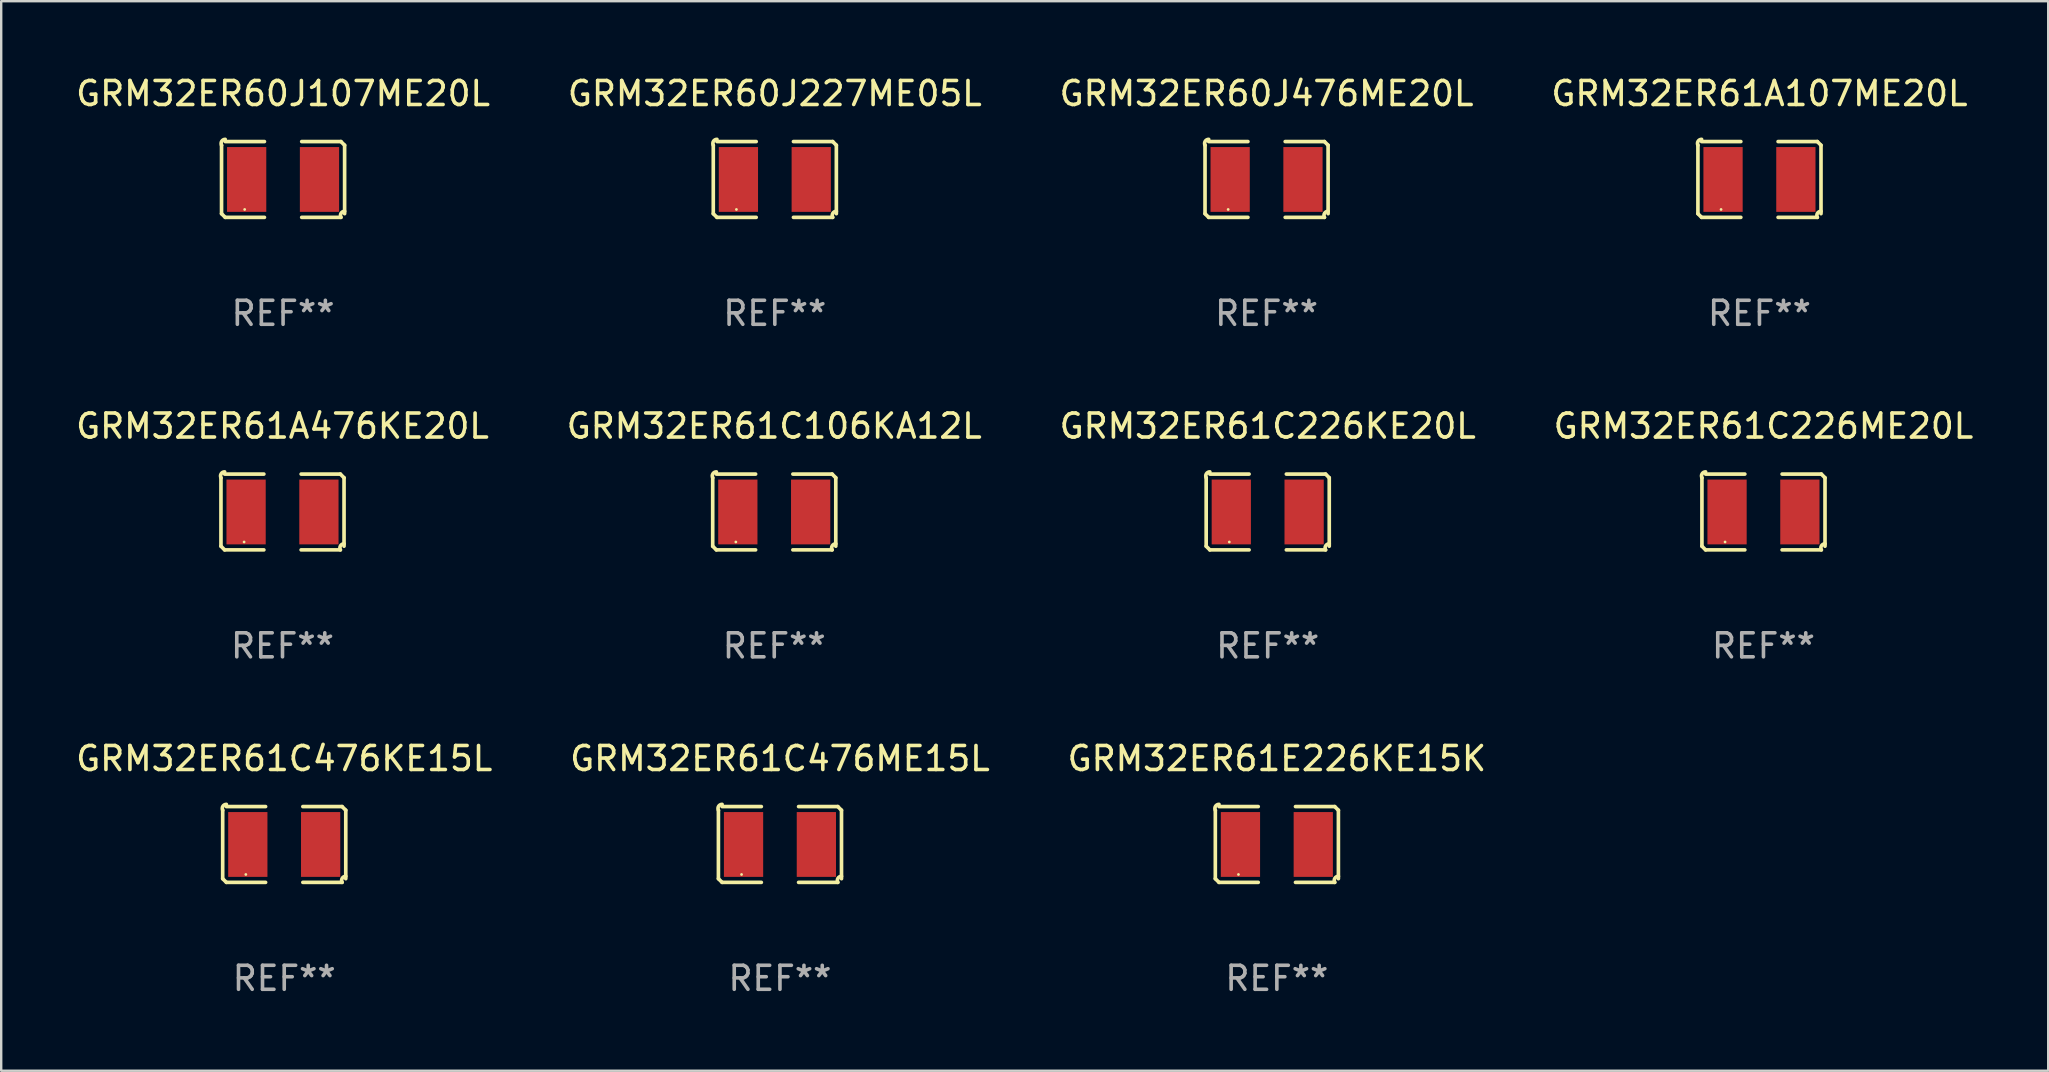
<source format=kicad_pcb>
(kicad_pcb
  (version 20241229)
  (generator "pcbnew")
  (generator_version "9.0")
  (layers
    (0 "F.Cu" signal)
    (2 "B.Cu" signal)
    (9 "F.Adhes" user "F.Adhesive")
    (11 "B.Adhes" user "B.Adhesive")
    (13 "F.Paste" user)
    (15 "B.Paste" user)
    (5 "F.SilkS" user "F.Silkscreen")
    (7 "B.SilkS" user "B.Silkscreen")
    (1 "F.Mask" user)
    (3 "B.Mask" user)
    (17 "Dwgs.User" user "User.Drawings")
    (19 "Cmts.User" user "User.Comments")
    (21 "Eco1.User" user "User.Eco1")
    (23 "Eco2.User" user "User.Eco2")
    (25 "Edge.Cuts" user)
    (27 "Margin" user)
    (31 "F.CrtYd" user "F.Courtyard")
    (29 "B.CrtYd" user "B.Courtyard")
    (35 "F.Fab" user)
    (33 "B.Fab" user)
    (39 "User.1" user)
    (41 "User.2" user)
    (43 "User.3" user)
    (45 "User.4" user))
  (footprint "GRM32ER60J107ME20L"
    (layer "F.Cu")
    (at 8.744 4.427)
    (property "Reference" "GRM32ER60J107ME20L" (at 0 -3.579 0) (layer "F.SilkS") (effects (font (size 1 1) (thickness 0.15))))
    (attr through_hole)
    (fp_line (start -2.564 1.426) (end -2.564 -1.426) (stroke (width 0.152) (type solid)) (layer "F.SilkS"))
    (fp_line (start -2.411 -1.579) (end -0.776 -1.579) (stroke (width 0.152) (type solid)) (layer "F.SilkS"))
    (fp_line (start -0.776 1.579) (end -2.411 1.579) (stroke (width 0.152) (type solid)) (layer "F.SilkS"))
    (fp_line (start 0.776 1.579) (end 2.411 1.579) (stroke (width 0.152) (type solid)) (layer "F.SilkS"))
    (fp_line (start 2.411 -1.579) (end 0.776 -1.579) (stroke (width 0.152) (type solid)) (layer "F.SilkS"))
    (fp_line (start 2.564 1.426) (end 2.564 -1.426) (stroke (width 0.152) (type solid)) (layer "F.SilkS"))
    (fp_arc (start -2.563602 -1.426213) (mid -2.555597 -1.591233) (end -2.411201 -1.671518) (stroke (width 0.1524) (type solid)) (layer "F.SilkS"))
    (fp_arc (start -2.5636 1.426214) (mid -2.487389 1.502402) (end -2.411201 1.578613) (stroke (width 0.1524) (type solid)) (layer "F.SilkS"))
    (fp_arc (start 2.411197 -1.578618) (mid 2.487403 -1.502419) (end 2.563602 -1.426213) (stroke (width 0.1524) (type solid)) (layer "F.SilkS"))
    (fp_arc (start 2.411201 1.578613) (mid 2.416214 1.409455) (end 2.563602 1.32629) (stroke (width 0.1524) (type solid)) (layer "F.SilkS"))
    (fp_circle (center -1.6 1.25) (end -1.57 1.25) (stroke (width 0.06) (type solid)) (fill no) (layer "F.SilkS"))
    (fp_text user "REF**" (at 0 5.579 0) (layer "F.Fab") (effects (font (size 1 1) (thickness 0.15))))
    (pad "1" smd rect (at -1.517 0) (size 1.635 2.7) (layers "F.Cu" "F.Mask" "F.Paste"))
    (pad "2" smd rect (at 1.517 0) (size 1.635 2.7) (layers "F.Cu" "F.Mask" "F.Paste")))
  (footprint "GRM32ER61C476ME15L"
    (layer "F.Cu")
    (at 29.446 32.134)
    (property "Reference" "GRM32ER61C476ME15L" (at 0 -3.579 0) (layer "F.SilkS") (effects (font (size 1 1) (thickness 0.15))))
    (attr through_hole)
    (fp_line (start -2.564 1.426) (end -2.564 -1.426) (stroke (width 0.152) (type solid)) (layer "F.SilkS"))
    (fp_line (start -2.411 -1.579) (end -0.776 -1.579) (stroke (width 0.152) (type solid)) (layer "F.SilkS"))
    (fp_line (start -0.776 1.579) (end -2.411 1.579) (stroke (width 0.152) (type solid)) (layer "F.SilkS"))
    (fp_line (start 0.776 1.579) (end 2.411 1.579) (stroke (width 0.152) (type solid)) (layer "F.SilkS"))
    (fp_line (start 2.411 -1.579) (end 0.776 -1.579) (stroke (width 0.152) (type solid)) (layer "F.SilkS"))
    (fp_line (start 2.564 1.426) (end 2.564 -1.426) (stroke (width 0.152) (type solid)) (layer "F.SilkS"))
    (fp_arc (start -2.563602 -1.426213) (mid -2.555597 -1.591233) (end -2.411201 -1.671518) (stroke (width 0.1524) (type solid)) (layer "F.SilkS"))
    (fp_arc (start -2.5636 1.426214) (mid -2.487389 1.502402) (end -2.411201 1.578613) (stroke (width 0.1524) (type solid)) (layer "F.SilkS"))
    (fp_arc (start 2.411197 -1.578618) (mid 2.487403 -1.502419) (end 2.563602 -1.426213) (stroke (width 0.1524) (type solid)) (layer "F.SilkS"))
    (fp_arc (start 2.411201 1.578613) (mid 2.416214 1.409455) (end 2.563602 1.32629) (stroke (width 0.1524) (type solid)) (layer "F.SilkS"))
    (fp_circle (center -1.6 1.25) (end -1.57 1.25) (stroke (width 0.06) (type solid)) (fill no) (layer "F.SilkS"))
    (fp_text user "REF**" (at 0 5.579 0) (layer "F.Fab") (effects (font (size 1 1) (thickness 0.15))))
    (pad "1" smd rect (at -1.517 0) (size 1.635 2.7) (layers "F.Cu" "F.Mask" "F.Paste"))
    (pad "2" smd rect (at 1.517 0) (size 1.635 2.7) (layers "F.Cu" "F.Mask" "F.Paste")))
  (footprint "GRM32ER61A107ME20L"
    (layer "F.Cu")
    (at 70.256 4.427)
    (property "Reference" "GRM32ER61A107ME20L" (at 0 -3.579 0) (layer "F.SilkS") (effects (font (size 1 1) (thickness 0.15))))
    (attr through_hole)
    (fp_line (start -2.564 1.426) (end -2.564 -1.426) (stroke (width 0.152) (type solid)) (layer "F.SilkS"))
    (fp_line (start -2.411 -1.579) (end -0.776 -1.579) (stroke (width 0.152) (type solid)) (layer "F.SilkS"))
    (fp_line (start -0.776 1.579) (end -2.411 1.579) (stroke (width 0.152) (type solid)) (layer "F.SilkS"))
    (fp_line (start 0.776 1.579) (end 2.411 1.579) (stroke (width 0.152) (type solid)) (layer "F.SilkS"))
    (fp_line (start 2.411 -1.579) (end 0.776 -1.579) (stroke (width 0.152) (type solid)) (layer "F.SilkS"))
    (fp_line (start 2.564 1.426) (end 2.564 -1.426) (stroke (width 0.152) (type solid)) (layer "F.SilkS"))
    (fp_arc (start -2.563602 -1.426213) (mid -2.555597 -1.591233) (end -2.411201 -1.671518) (stroke (width 0.1524) (type solid)) (layer "F.SilkS"))
    (fp_arc (start -2.5636 1.426214) (mid -2.487389 1.502402) (end -2.411201 1.578613) (stroke (width 0.1524) (type solid)) (layer "F.SilkS"))
    (fp_arc (start 2.411197 -1.578618) (mid 2.487403 -1.502419) (end 2.563602 -1.426213) (stroke (width 0.1524) (type solid)) (layer "F.SilkS"))
    (fp_arc (start 2.411201 1.578613) (mid 2.416214 1.409455) (end 2.563602 1.32629) (stroke (width 0.1524) (type solid)) (layer "F.SilkS"))
    (fp_circle (center -1.6 1.25) (end -1.57 1.25) (stroke (width 0.06) (type solid)) (fill no) (layer "F.SilkS"))
    (fp_text user "REF**" (at 0 5.579 0) (layer "F.Fab") (effects (font (size 1 1) (thickness 0.15))))
    (pad "1" smd rect (at -1.517 0) (size 1.635 2.7) (layers "F.Cu" "F.Mask" "F.Paste"))
    (pad "2" smd rect (at 1.517 0) (size 1.635 2.7) (layers "F.Cu" "F.Mask" "F.Paste")))
  (footprint "GRM32ER61C226KE20L"
    (layer "F.Cu")
    (at 49.768 18.281)
    (property "Reference" "GRM32ER61C226KE20L" (at 0 -3.579 0) (layer "F.SilkS") (effects (font (size 1 1) (thickness 0.15))))
    (attr through_hole)
    (fp_line (start -2.564 1.426) (end -2.564 -1.426) (stroke (width 0.152) (type solid)) (layer "F.SilkS"))
    (fp_line (start -2.411 -1.579) (end -0.776 -1.579) (stroke (width 0.152) (type solid)) (layer "F.SilkS"))
    (fp_line (start -0.776 1.579) (end -2.411 1.579) (stroke (width 0.152) (type solid)) (layer "F.SilkS"))
    (fp_line (start 0.776 1.579) (end 2.411 1.579) (stroke (width 0.152) (type solid)) (layer "F.SilkS"))
    (fp_line (start 2.411 -1.579) (end 0.776 -1.579) (stroke (width 0.152) (type solid)) (layer "F.SilkS"))
    (fp_line (start 2.564 1.426) (end 2.564 -1.426) (stroke (width 0.152) (type solid)) (layer "F.SilkS"))
    (fp_arc (start -2.563602 -1.426213) (mid -2.555597 -1.591233) (end -2.411201 -1.671518) (stroke (width 0.1524) (type solid)) (layer "F.SilkS"))
    (fp_arc (start -2.5636 1.426214) (mid -2.487389 1.502402) (end -2.411201 1.578613) (stroke (width 0.1524) (type solid)) (layer "F.SilkS"))
    (fp_arc (start 2.411197 -1.578618) (mid 2.487403 -1.502419) (end 2.563602 -1.426213) (stroke (width 0.1524) (type solid)) (layer "F.SilkS"))
    (fp_arc (start 2.411201 1.578613) (mid 2.416214 1.409455) (end 2.563602 1.32629) (stroke (width 0.1524) (type solid)) (layer "F.SilkS"))
    (fp_circle (center -1.6 1.25) (end -1.57 1.25) (stroke (width 0.06) (type solid)) (fill no) (layer "F.SilkS"))
    (fp_text user "REF**" (at 0 5.579 0) (layer "F.Fab") (effects (font (size 1 1) (thickness 0.15))))
    (pad "1" smd rect (at -1.517 0) (size 1.635 2.7) (layers "F.Cu" "F.Mask" "F.Paste"))
    (pad "2" smd rect (at 1.517 0) (size 1.635 2.7) (layers "F.Cu" "F.Mask" "F.Paste")))
  (footprint "GRM32ER60J227ME05L"
    (layer "F.Cu")
    (at 29.232 4.427)
    (property "Reference" "GRM32ER60J227ME05L" (at 0 -3.579 0) (layer "F.SilkS") (effects (font (size 1 1) (thickness 0.15))))
    (attr through_hole)
    (fp_line (start -2.564 1.426) (end -2.564 -1.426) (stroke (width 0.152) (type solid)) (layer "F.SilkS"))
    (fp_line (start -2.411 -1.579) (end -0.776 -1.579) (stroke (width 0.152) (type solid)) (layer "F.SilkS"))
    (fp_line (start -0.776 1.579) (end -2.411 1.579) (stroke (width 0.152) (type solid)) (layer "F.SilkS"))
    (fp_line (start 0.776 1.579) (end 2.411 1.579) (stroke (width 0.152) (type solid)) (layer "F.SilkS"))
    (fp_line (start 2.411 -1.579) (end 0.776 -1.579) (stroke (width 0.152) (type solid)) (layer "F.SilkS"))
    (fp_line (start 2.564 1.426) (end 2.564 -1.426) (stroke (width 0.152) (type solid)) (layer "F.SilkS"))
    (fp_arc (start -2.563602 -1.426213) (mid -2.555597 -1.591233) (end -2.411201 -1.671518) (stroke (width 0.1524) (type solid)) (layer "F.SilkS"))
    (fp_arc (start -2.5636 1.426214) (mid -2.487389 1.502402) (end -2.411201 1.578613) (stroke (width 0.1524) (type solid)) (layer "F.SilkS"))
    (fp_arc (start 2.411197 -1.578618) (mid 2.487403 -1.502419) (end 2.563602 -1.426213) (stroke (width 0.1524) (type solid)) (layer "F.SilkS"))
    (fp_arc (start 2.411201 1.578613) (mid 2.416214 1.409455) (end 2.563602 1.32629) (stroke (width 0.1524) (type solid)) (layer "F.SilkS"))
    (fp_circle (center -1.6 1.25) (end -1.57 1.25) (stroke (width 0.06) (type solid)) (fill no) (layer "F.SilkS"))
    (fp_text user "REF**" (at 0 5.579 0) (layer "F.Fab") (effects (font (size 1 1) (thickness 0.15))))
    (pad "1" smd rect (at -1.517 0) (size 1.635 2.7) (layers "F.Cu" "F.Mask" "F.Paste"))
    (pad "2" smd rect (at 1.517 0) (size 1.635 2.7) (layers "F.Cu" "F.Mask" "F.Paste")))
  (footprint "GRM32ER61C226ME20L"
    (layer "F.Cu")
    (at 70.423 18.281)
    (property "Reference" "GRM32ER61C226ME20L" (at 0 -3.579 0) (layer "F.SilkS") (effects (font (size 1 1) (thickness 0.15))))
    (attr through_hole)
    (fp_line (start -2.564 1.426) (end -2.564 -1.426) (stroke (width 0.152) (type solid)) (layer "F.SilkS"))
    (fp_line (start -2.411 -1.579) (end -0.776 -1.579) (stroke (width 0.152) (type solid)) (layer "F.SilkS"))
    (fp_line (start -0.776 1.579) (end -2.411 1.579) (stroke (width 0.152) (type solid)) (layer "F.SilkS"))
    (fp_line (start 0.776 1.579) (end 2.411 1.579) (stroke (width 0.152) (type solid)) (layer "F.SilkS"))
    (fp_line (start 2.411 -1.579) (end 0.776 -1.579) (stroke (width 0.152) (type solid)) (layer "F.SilkS"))
    (fp_line (start 2.564 1.426) (end 2.564 -1.426) (stroke (width 0.152) (type solid)) (layer "F.SilkS"))
    (fp_arc (start -2.563602 -1.426213) (mid -2.555597 -1.591233) (end -2.411201 -1.671518) (stroke (width 0.1524) (type solid)) (layer "F.SilkS"))
    (fp_arc (start -2.5636 1.426214) (mid -2.487389 1.502402) (end -2.411201 1.578613) (stroke (width 0.1524) (type solid)) (layer "F.SilkS"))
    (fp_arc (start 2.411197 -1.578618) (mid 2.487403 -1.502419) (end 2.563602 -1.426213) (stroke (width 0.1524) (type solid)) (layer "F.SilkS"))
    (fp_arc (start 2.411201 1.578613) (mid 2.416214 1.409455) (end 2.563602 1.32629) (stroke (width 0.1524) (type solid)) (layer "F.SilkS"))
    (fp_circle (center -1.6 1.25) (end -1.57 1.25) (stroke (width 0.06) (type solid)) (fill no) (layer "F.SilkS"))
    (fp_text user "REF**" (at 0 5.579 0) (layer "F.Fab") (effects (font (size 1 1) (thickness 0.15))))
    (pad "1" smd rect (at -1.517 0) (size 1.635 2.7) (layers "F.Cu" "F.Mask" "F.Paste"))
    (pad "2" smd rect (at 1.517 0) (size 1.635 2.7) (layers "F.Cu" "F.Mask" "F.Paste")))
  (footprint "GRM32ER61A476KE20L"
    (layer "F.Cu")
    (at 8.72 18.281)
    (property "Reference" "GRM32ER61A476KE20L" (at 0 -3.579 0) (layer "F.SilkS") (effects (font (size 1 1) (thickness 0.15))))
    (attr through_hole)
    (fp_line (start -2.564 1.426) (end -2.564 -1.426) (stroke (width 0.152) (type solid)) (layer "F.SilkS"))
    (fp_line (start -2.411 -1.579) (end -0.776 -1.579) (stroke (width 0.152) (type solid)) (layer "F.SilkS"))
    (fp_line (start -0.776 1.579) (end -2.411 1.579) (stroke (width 0.152) (type solid)) (layer "F.SilkS"))
    (fp_line (start 0.776 1.579) (end 2.411 1.579) (stroke (width 0.152) (type solid)) (layer "F.SilkS"))
    (fp_line (start 2.411 -1.579) (end 0.776 -1.579) (stroke (width 0.152) (type solid)) (layer "F.SilkS"))
    (fp_line (start 2.564 1.426) (end 2.564 -1.426) (stroke (width 0.152) (type solid)) (layer "F.SilkS"))
    (fp_arc (start -2.563602 -1.426213) (mid -2.555597 -1.591233) (end -2.411201 -1.671518) (stroke (width 0.1524) (type solid)) (layer "F.SilkS"))
    (fp_arc (start -2.5636 1.426214) (mid -2.487389 1.502402) (end -2.411201 1.578613) (stroke (width 0.1524) (type solid)) (layer "F.SilkS"))
    (fp_arc (start 2.411197 -1.578618) (mid 2.487403 -1.502419) (end 2.563602 -1.426213) (stroke (width 0.1524) (type solid)) (layer "F.SilkS"))
    (fp_arc (start 2.411201 1.578613) (mid 2.416214 1.409455) (end 2.563602 1.32629) (stroke (width 0.1524) (type solid)) (layer "F.SilkS"))
    (fp_circle (center -1.6 1.25) (end -1.57 1.25) (stroke (width 0.06) (type solid)) (fill no) (layer "F.SilkS"))
    (fp_text user "REF**" (at 0 5.579 0) (layer "F.Fab") (effects (font (size 1 1) (thickness 0.15))))
    (pad "1" smd rect (at -1.517 0) (size 1.635 2.7) (layers "F.Cu" "F.Mask" "F.Paste"))
    (pad "2" smd rect (at 1.517 0) (size 1.635 2.7) (layers "F.Cu" "F.Mask" "F.Paste")))
  (footprint "GRM32ER60J476ME20L"
    (layer "F.Cu")
    (at 49.72 4.427)
    (property "Reference" "GRM32ER60J476ME20L" (at 0 -3.579 0) (layer "F.SilkS") (effects (font (size 1 1) (thickness 0.15))))
    (attr through_hole)
    (fp_line (start -2.564 1.426) (end -2.564 -1.426) (stroke (width 0.152) (type solid)) (layer "F.SilkS"))
    (fp_line (start -2.411 -1.579) (end -0.776 -1.579) (stroke (width 0.152) (type solid)) (layer "F.SilkS"))
    (fp_line (start -0.776 1.579) (end -2.411 1.579) (stroke (width 0.152) (type solid)) (layer "F.SilkS"))
    (fp_line (start 0.776 1.579) (end 2.411 1.579) (stroke (width 0.152) (type solid)) (layer "F.SilkS"))
    (fp_line (start 2.411 -1.579) (end 0.776 -1.579) (stroke (width 0.152) (type solid)) (layer "F.SilkS"))
    (fp_line (start 2.564 1.426) (end 2.564 -1.426) (stroke (width 0.152) (type solid)) (layer "F.SilkS"))
    (fp_arc (start -2.563602 -1.426213) (mid -2.555597 -1.591233) (end -2.411201 -1.671518) (stroke (width 0.1524) (type solid)) (layer "F.SilkS"))
    (fp_arc (start -2.5636 1.426214) (mid -2.487389 1.502402) (end -2.411201 1.578613) (stroke (width 0.1524) (type solid)) (layer "F.SilkS"))
    (fp_arc (start 2.411197 -1.578618) (mid 2.487403 -1.502419) (end 2.563602 -1.426213) (stroke (width 0.1524) (type solid)) (layer "F.SilkS"))
    (fp_arc (start 2.411201 1.578613) (mid 2.416214 1.409455) (end 2.563602 1.32629) (stroke (width 0.1524) (type solid)) (layer "F.SilkS"))
    (fp_circle (center -1.6 1.25) (end -1.57 1.25) (stroke (width 0.06) (type solid)) (fill no) (layer "F.SilkS"))
    (fp_text user "REF**" (at 0 5.579 0) (layer "F.Fab") (effects (font (size 1 1) (thickness 0.15))))
    (pad "1" smd rect (at -1.517 0) (size 1.635 2.7) (layers "F.Cu" "F.Mask" "F.Paste"))
    (pad "2" smd rect (at 1.517 0) (size 1.635 2.7) (layers "F.Cu" "F.Mask" "F.Paste")))
  (footprint "GRM32ER61C476KE15L"
    (layer "F.Cu")
    (at 8.792 32.134)
    (property "Reference" "GRM32ER61C476KE15L" (at 0 -3.579 0) (layer "F.SilkS") (effects (font (size 1 1) (thickness 0.15))))
    (attr through_hole)
    (fp_line (start -2.564 1.426) (end -2.564 -1.426) (stroke (width 0.152) (type solid)) (layer "F.SilkS"))
    (fp_line (start -2.411 -1.579) (end -0.776 -1.579) (stroke (width 0.152) (type solid)) (layer "F.SilkS"))
    (fp_line (start -0.776 1.579) (end -2.411 1.579) (stroke (width 0.152) (type solid)) (layer "F.SilkS"))
    (fp_line (start 0.776 1.579) (end 2.411 1.579) (stroke (width 0.152) (type solid)) (layer "F.SilkS"))
    (fp_line (start 2.411 -1.579) (end 0.776 -1.579) (stroke (width 0.152) (type solid)) (layer "F.SilkS"))
    (fp_line (start 2.564 1.426) (end 2.564 -1.426) (stroke (width 0.152) (type solid)) (layer "F.SilkS"))
    (fp_arc (start -2.563602 -1.426213) (mid -2.555597 -1.591233) (end -2.411201 -1.671518) (stroke (width 0.1524) (type solid)) (layer "F.SilkS"))
    (fp_arc (start -2.5636 1.426214) (mid -2.487389 1.502402) (end -2.411201 1.578613) (stroke (width 0.1524) (type solid)) (layer "F.SilkS"))
    (fp_arc (start 2.411197 -1.578618) (mid 2.487403 -1.502419) (end 2.563602 -1.426213) (stroke (width 0.1524) (type solid)) (layer "F.SilkS"))
    (fp_arc (start 2.411201 1.578613) (mid 2.416214 1.409455) (end 2.563602 1.32629) (stroke (width 0.1524) (type solid)) (layer "F.SilkS"))
    (fp_circle (center -1.6 1.25) (end -1.57 1.25) (stroke (width 0.06) (type solid)) (fill no) (layer "F.SilkS"))
    (fp_text user "REF**" (at 0 5.579 0) (layer "F.Fab") (effects (font (size 1 1) (thickness 0.15))))
    (pad "1" smd rect (at -1.517 0) (size 1.635 2.7) (layers "F.Cu" "F.Mask" "F.Paste"))
    (pad "2" smd rect (at 1.517 0) (size 1.635 2.7) (layers "F.Cu" "F.Mask" "F.Paste")))
  (footprint "GRM32ER61C106KA12L"
    (layer "F.Cu")
    (at 29.208 18.281)
    (property "Reference" "GRM32ER61C106KA12L" (at 0 -3.579 0) (layer "F.SilkS") (effects (font (size 1 1) (thickness 0.15))))
    (attr through_hole)
    (fp_line (start -2.564 1.426) (end -2.564 -1.426) (stroke (width 0.152) (type solid)) (layer "F.SilkS"))
    (fp_line (start -2.411 -1.579) (end -0.776 -1.579) (stroke (width 0.152) (type solid)) (layer "F.SilkS"))
    (fp_line (start -0.776 1.579) (end -2.411 1.579) (stroke (width 0.152) (type solid)) (layer "F.SilkS"))
    (fp_line (start 0.776 1.579) (end 2.411 1.579) (stroke (width 0.152) (type solid)) (layer "F.SilkS"))
    (fp_line (start 2.411 -1.579) (end 0.776 -1.579) (stroke (width 0.152) (type solid)) (layer "F.SilkS"))
    (fp_line (start 2.564 1.426) (end 2.564 -1.426) (stroke (width 0.152) (type solid)) (layer "F.SilkS"))
    (fp_arc (start -2.563602 -1.426213) (mid -2.555597 -1.591233) (end -2.411201 -1.671518) (stroke (width 0.1524) (type solid)) (layer "F.SilkS"))
    (fp_arc (start -2.5636 1.426214) (mid -2.487389 1.502402) (end -2.411201 1.578613) (stroke (width 0.1524) (type solid)) (layer "F.SilkS"))
    (fp_arc (start 2.411197 -1.578618) (mid 2.487403 -1.502419) (end 2.563602 -1.426213) (stroke (width 0.1524) (type solid)) (layer "F.SilkS"))
    (fp_arc (start 2.411201 1.578613) (mid 2.416214 1.409455) (end 2.563602 1.32629) (stroke (width 0.1524) (type solid)) (layer "F.SilkS"))
    (fp_circle (center -1.6 1.25) (end -1.57 1.25) (stroke (width 0.06) (type solid)) (fill no) (layer "F.SilkS"))
    (fp_text user "REF**" (at 0 5.579 0) (layer "F.Fab") (effects (font (size 1 1) (thickness 0.15))))
    (pad "1" smd rect (at -1.517 0) (size 1.635 2.7) (layers "F.Cu" "F.Mask" "F.Paste"))
    (pad "2" smd rect (at 1.517 0) (size 1.635 2.7) (layers "F.Cu" "F.Mask" "F.Paste")))
  (footprint "GRM32ER61E226KE15K"
    (layer "F.Cu")
    (at 50.149 32.134)
    (property "Reference" "GRM32ER61E226KE15K" (at 0 -3.579 0) (layer "F.SilkS") (effects (font (size 1 1) (thickness 0.15))))
    (attr through_hole)
    (fp_line (start -2.564 1.426) (end -2.564 -1.426) (stroke (width 0.152) (type solid)) (layer "F.SilkS"))
    (fp_line (start -2.411 -1.579) (end -0.776 -1.579) (stroke (width 0.152) (type solid)) (layer "F.SilkS"))
    (fp_line (start -0.776 1.579) (end -2.411 1.579) (stroke (width 0.152) (type solid)) (layer "F.SilkS"))
    (fp_line (start 0.776 1.579) (end 2.411 1.579) (stroke (width 0.152) (type solid)) (layer "F.SilkS"))
    (fp_line (start 2.411 -1.579) (end 0.776 -1.579) (stroke (width 0.152) (type solid)) (layer "F.SilkS"))
    (fp_line (start 2.564 1.426) (end 2.564 -1.426) (stroke (width 0.152) (type solid)) (layer "F.SilkS"))
    (fp_arc (start -2.563602 -1.426213) (mid -2.555597 -1.591233) (end -2.411201 -1.671518) (stroke (width 0.1524) (type solid)) (layer "F.SilkS"))
    (fp_arc (start -2.5636 1.426214) (mid -2.487389 1.502402) (end -2.411201 1.578613) (stroke (width 0.1524) (type solid)) (layer "F.SilkS"))
    (fp_arc (start 2.411197 -1.578618) (mid 2.487403 -1.502419) (end 2.563602 -1.426213) (stroke (width 0.1524) (type solid)) (layer "F.SilkS"))
    (fp_arc (start 2.411201 1.578613) (mid 2.416214 1.409455) (end 2.563602 1.32629) (stroke (width 0.1524) (type solid)) (layer "F.SilkS"))
    (fp_circle (center -1.6 1.25) (end -1.57 1.25) (stroke (width 0.06) (type solid)) (fill no) (layer "F.SilkS"))
    (fp_text user "REF**" (at 0 5.579 0) (layer "F.Fab") (effects (font (size 1 1) (thickness 0.15))))
    (pad "1" smd rect (at -1.517 0) (size 1.635 2.7) (layers "F.Cu" "F.Mask" "F.Paste"))
    (pad "2" smd rect (at 1.517 0) (size 1.635 2.7) (layers "F.Cu" "F.Mask" "F.Paste")))
  (gr_rect
    (start -3 -3)
    (end 82.286 41.561)
    (stroke (width 0.1) (type default))
    (fill no)
    (layer "Edge.Cuts")))
</source>
